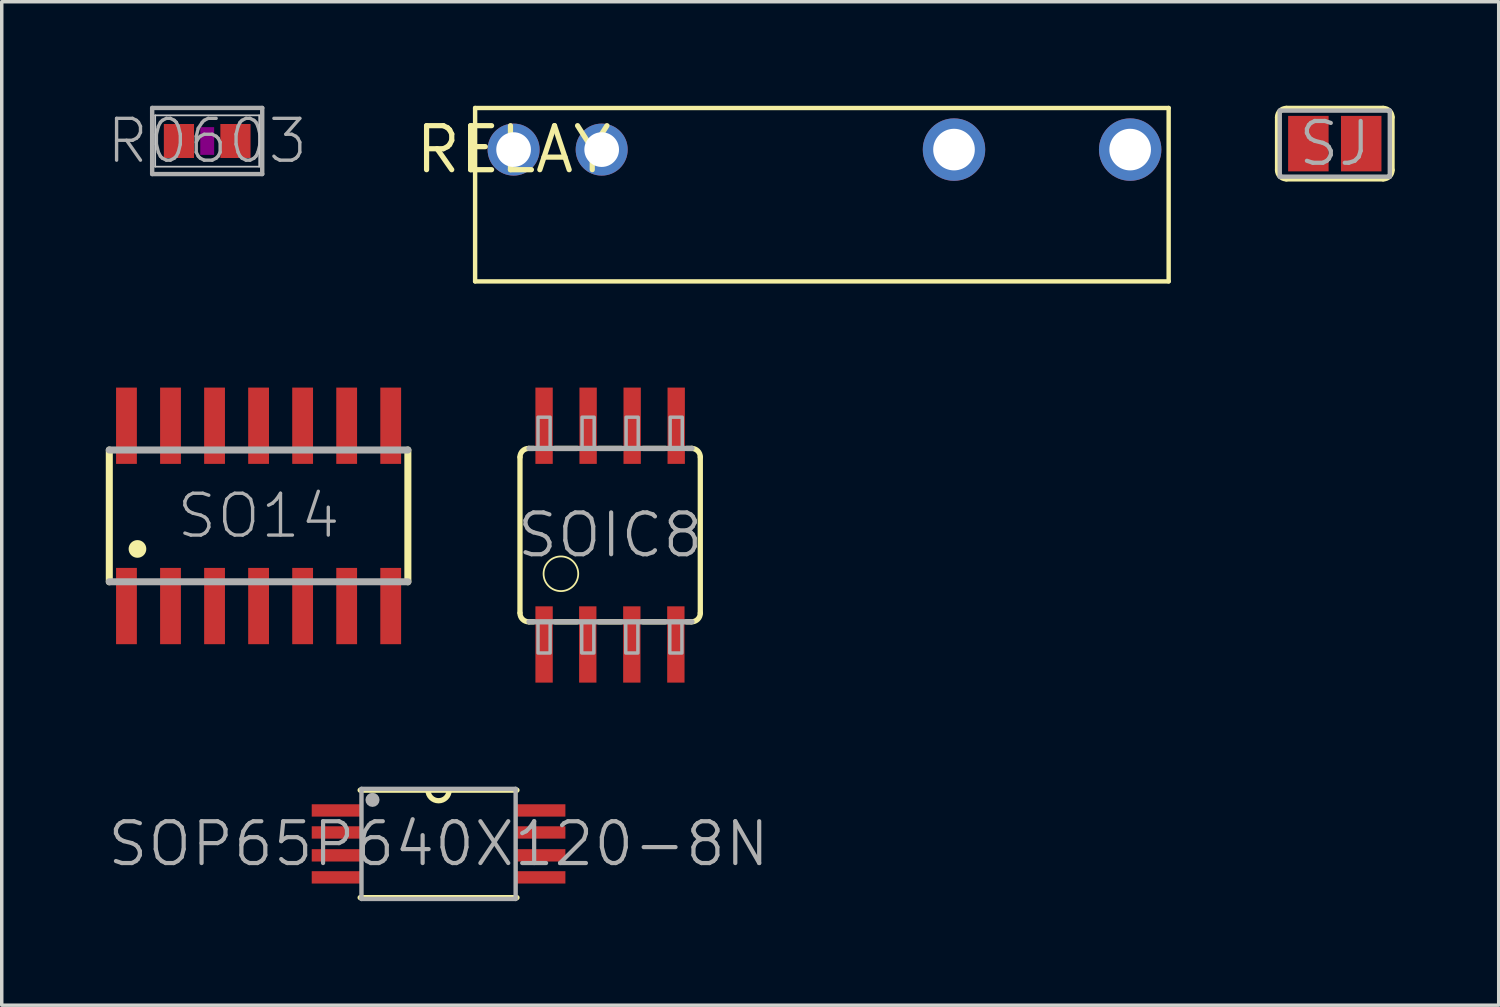
<source format=kicad_pcb>
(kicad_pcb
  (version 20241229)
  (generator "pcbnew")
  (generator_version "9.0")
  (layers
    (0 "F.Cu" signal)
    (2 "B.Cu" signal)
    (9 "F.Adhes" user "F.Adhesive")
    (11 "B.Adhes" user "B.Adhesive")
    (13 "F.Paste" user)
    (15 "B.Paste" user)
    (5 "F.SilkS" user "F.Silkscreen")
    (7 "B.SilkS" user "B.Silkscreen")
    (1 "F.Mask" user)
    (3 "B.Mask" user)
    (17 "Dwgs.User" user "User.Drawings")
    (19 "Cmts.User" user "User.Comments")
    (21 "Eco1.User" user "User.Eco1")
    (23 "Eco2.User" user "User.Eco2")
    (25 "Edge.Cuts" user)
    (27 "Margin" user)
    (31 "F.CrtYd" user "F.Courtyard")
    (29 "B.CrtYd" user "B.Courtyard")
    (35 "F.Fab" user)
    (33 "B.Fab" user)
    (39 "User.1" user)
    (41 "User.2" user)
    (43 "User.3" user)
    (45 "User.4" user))
  (footprint "SOP65P640X120-8N"
    (layer "F.Cu")
    (at 9.597 21.286)
    (property "Reference" "SOP65P640X120-8N" (at 0 0 180) (layer "F.Fab") (effects (font (size 1.206 1.206) (thickness 0.121))))
    (attr through_hole)
    (fp_line (start -2.261 1.549) (end 2.261 1.549) (stroke (width 0.152) (type solid)) (layer "F.SilkS"))
    (fp_line (start -0.305 -1.549) (end -2.261 -1.549) (stroke (width 0.152) (type solid)) (layer "F.SilkS"))
    (fp_line (start 0.305 -1.549) (end -0.305 -1.549) (stroke (width 0.152) (type solid)) (layer "F.SilkS"))
    (fp_line (start 2.261 -1.549) (end 0.305 -1.549) (stroke (width 0.152) (type solid)) (layer "F.SilkS"))
    (fp_arc (start 0.3048 -1.5494) (mid 0 -1.2446) (end -0.3048 -1.5494) (stroke (width 0.1524) (type solid)) (layer "F.SilkS"))
    (fp_line (start -2.223 -1.587) (end -2.223 1.587) (stroke (width 0.127) (type solid)) (layer "F.Fab"))
    (fp_line (start -2.223 1.587) (end 2.223 1.587) (stroke (width 0.127) (type solid)) (layer "F.Fab"))
    (fp_line (start 2.223 -1.587) (end -2.223 -1.587) (stroke (width 0.127) (type solid)) (layer "F.Fab"))
    (fp_line (start 2.223 1.587) (end 2.223 -1.587) (stroke (width 0.127) (type solid)) (layer "F.Fab"))
    (fp_circle (center -1.905 -1.27) (end -1.803 -1.27) (stroke (width 0.203) (type solid)) (fill no) (layer "F.Fab"))
    (pad "1" smd rect (at -2.921 -0.965) (size 1.473 0.356) (layers "F.Cu" "F.Mask" "F.Paste"))
    (pad "2" smd rect (at -2.921 -0.33) (size 1.473 0.356) (layers "F.Cu" "F.Mask" "F.Paste"))
    (pad "3" smd rect (at -2.921 0.33) (size 1.473 0.356) (layers "F.Cu" "F.Mask" "F.Paste"))
    (pad "4" smd rect (at -2.921 0.965) (size 1.473 0.356) (layers "F.Cu" "F.Mask" "F.Paste"))
    (pad "5" smd rect (at 2.921 0.965) (size 1.473 0.356) (layers "F.Cu" "F.Mask" "F.Paste"))
    (pad "6" smd rect (at 2.921 0.33) (size 1.473 0.356) (layers "F.Cu" "F.Mask" "F.Paste"))
    (pad "7" smd rect (at 2.921 -0.33) (size 1.473 0.356) (layers "F.Cu" "F.Mask" "F.Paste"))
    (pad "8" smd rect (at 2.921 -0.965) (size 1.473 0.356) (layers "F.Cu" "F.Mask" "F.Paste")))
  (footprint "SJ"
    (layer "F.Cu")
    (at 35.442 1.092)
    (property "Reference" "SJ" (at 0 0 180) (layer "F.Fab") (effects (font (size 1.206 1.206) (thickness 0.121))))
    (attr through_hole)
    (fp_poly (pts (xy -0.076 0.914) (xy 0.076 0.914) (xy 0.076 -0.914) (xy -0.076 -0.914)) (stroke (width 0) (type solid)) (fill yes) (layer "F.Mask"))
    (fp_line (start -1.651 0.762) (end -1.651 -0.762) (stroke (width 0.152) (type solid)) (layer "F.SilkS"))
    (fp_line (start -1.397 -1.016) (end 1.397 -1.016) (stroke (width 0.152) (type solid)) (layer "F.SilkS"))
    (fp_line (start 1.397 1.016) (end -1.397 1.016) (stroke (width 0.152) (type solid)) (layer "F.SilkS"))
    (fp_line (start 1.651 0.762) (end 1.651 -0.762) (stroke (width 0.152) (type solid)) (layer "F.SilkS"))
    (fp_arc (start -1.651 -0.762) (mid -1.576605 -0.941605) (end -1.397 -1.016) (stroke (width 0.1524) (type solid)) (layer "F.SilkS"))
    (fp_arc (start -1.397 1.016) (mid -1.576605 0.941605) (end -1.651 0.762) (stroke (width 0.1524) (type solid)) (layer "F.SilkS"))
    (fp_arc (start 1.397 -1.016) (mid 1.576605 -0.941605) (end 1.651 -0.762) (stroke (width 0.1524) (type solid)) (layer "F.SilkS"))
    (fp_arc (start 1.651 0.762) (mid 1.576605 0.941605) (end 1.397 1.016) (stroke (width 0.1524) (type solid)) (layer "F.SilkS"))
    (fp_line (start -1.587 -0.953) (end -1.587 0.953) (stroke (width 0.127) (type solid)) (layer "F.Fab"))
    (fp_line (start -1.587 0.953) (end 1.587 0.953) (stroke (width 0.127) (type solid)) (layer "F.Fab"))
    (fp_line (start 1.587 -0.953) (end -1.587 -0.953) (stroke (width 0.127) (type solid)) (layer "F.Fab"))
    (fp_line (start 1.587 0.953) (end 1.587 -0.953) (stroke (width 0.127) (type solid)) (layer "F.Fab"))
    (pad "1" smd rect (at -0.762 0) (size 1.168 1.6) (layers "F.Cu" "F.Mask" "F.Paste"))
    (pad "2" smd rect (at 0.762 0) (size 1.168 1.6) (layers "F.Cu" "F.Mask" "F.Paste")))
  (footprint "R0603"
    (layer "F.Cu")
    (at 2.925 1.016)
    (property "Reference" "R0603" (at 0 0 0) (layer "F.Fab") (effects (font (size 1.206 1.206) (thickness 0.097))))
    (attr through_hole)
    (fp_poly (pts (xy -0.2 0.4) (xy 0.2 0.4) (xy 0.2 -0.4) (xy -0.2 -0.4)) (stroke (width 0) (type solid)) (fill yes) (layer "F.Adhes"))
    (fp_line (start -1.5 -0.74) (end 1.5 -0.74) (stroke (width 0.051) (type solid)) (layer "Dwgs.User"))
    (fp_line (start -1.5 0.74) (end -1.5 -0.74) (stroke (width 0.051) (type solid)) (layer "Dwgs.User"))
    (fp_line (start 1.5 -0.74) (end 1.5 0.74) (stroke (width 0.051) (type solid)) (layer "Dwgs.User"))
    (fp_line (start 1.5 0.74) (end -1.5 0.74) (stroke (width 0.051) (type solid)) (layer "Dwgs.User"))
    (fp_line (start -1.587 -0.953) (end -1.587 0.953) (stroke (width 0.127) (type solid)) (layer "F.Fab"))
    (fp_line (start -1.587 0.953) (end 1.587 0.953) (stroke (width 0.127) (type solid)) (layer "F.Fab"))
    (fp_line (start 1.587 -0.953) (end -1.587 -0.953) (stroke (width 0.127) (type solid)) (layer "F.Fab"))
    (fp_line (start 1.587 0.953) (end 1.587 -0.953) (stroke (width 0.127) (type solid)) (layer "F.Fab"))
    (pad "1" smd rect (at -0.815 0) (size 0.87 0.98) (layers "F.Cu" "F.Mask" "F.Paste"))
    (pad "2" smd rect (at 0.815 0) (size 0.87 0.98) (layers "F.Cu" "F.Mask" "F.Paste")))
  (footprint "SO14"
    (layer "F.Cu")
    (at 4.407 11.827)
    (property "Reference" "SO14" (at 0 0 0) (layer "F.Fab") (effects (font (size 1.206 1.206) (thickness 0.097))))
    (attr through_hole)
    (fp_line (start -4.305 1.9) (end -4.305 -1.9) (stroke (width 0.203) (type solid)) (layer "F.SilkS"))
    (fp_line (start 4.305 -1.9) (end 4.305 1.9) (stroke (width 0.203) (type solid)) (layer "F.SilkS"))
    (fp_circle (center -3.493 0.953) (end -3.365 0.953) (stroke (width 0.254) (type solid)) (fill no) (layer "F.SilkS"))
    (fp_line (start -4.305 -1.9) (end 4.305 -1.9) (stroke (width 0.203) (type solid)) (layer "F.Fab"))
    (fp_line (start 4.305 1.9) (end -4.305 1.9) (stroke (width 0.203) (type solid)) (layer "F.Fab"))
    (pad "1" smd rect (at -3.81 2.6) (size 0.6 2.2) (layers "F.Cu" "F.Mask" "F.Paste"))
    (pad "2" smd rect (at -2.54 2.6) (size 0.6 2.2) (layers "F.Cu" "F.Mask" "F.Paste"))
    (pad "3" smd rect (at -1.27 2.6) (size 0.6 2.2) (layers "F.Cu" "F.Mask" "F.Paste"))
    (pad "4" smd rect (at 0 2.6) (size 0.6 2.2) (layers "F.Cu" "F.Mask" "F.Paste"))
    (pad "5" smd rect (at 1.27 2.6 180) (size 0.6 2.2) (layers "F.Cu" "F.Mask" "F.Paste"))
    (pad "6" smd rect (at 2.54 2.6 180) (size 0.6 2.2) (layers "F.Cu" "F.Mask" "F.Paste"))
    (pad "7" smd rect (at 3.81 2.6 180) (size 0.6 2.2) (layers "F.Cu" "F.Mask" "F.Paste"))
    (pad "8" smd rect (at 3.81 -2.6) (size 0.6 2.2) (layers "F.Cu" "F.Mask" "F.Paste"))
    (pad "9" smd rect (at 2.54 -2.6) (size 0.6 2.2) (layers "F.Cu" "F.Mask" "F.Paste"))
    (pad "10" smd rect (at 1.27 -2.6) (size 0.6 2.2) (layers "F.Cu" "F.Mask" "F.Paste"))
    (pad "11" smd rect (at 0 -2.6) (size 0.6 2.2) (layers "F.Cu" "F.Mask" "F.Paste"))
    (pad "12" smd rect (at -1.27 -2.6) (size 0.6 2.2) (layers "F.Cu" "F.Mask" "F.Paste"))
    (pad "13" smd rect (at -2.54 -2.6) (size 0.6 2.2) (layers "F.Cu" "F.Mask" "F.Paste"))
    (pad "14" smd rect (at -3.81 -2.6) (size 0.6 2.2) (layers "F.Cu" "F.Mask" "F.Paste")))
  (footprint "RELAY"
    (layer "F.Cu")
    (at 11.761 1.264)
    (property "Reference" "RELAY" (at 0 0 0) (layer "F.SilkS") (effects (font (size 1.27 1.27) (thickness 0.15))))
    (attr through_hole)
    (fp_line (start -1.11 -1.2) (end -1.11 3.8) (stroke (width 0.127) (type solid)) (layer "F.SilkS"))
    (fp_line (start -1.11 3.8) (end 18.89 3.8) (stroke (width 0.127) (type solid)) (layer "F.SilkS"))
    (fp_line (start 18.89 -1.2) (end -1.11 -1.2) (stroke (width 0.127) (type solid)) (layer "F.SilkS"))
    (fp_line (start 18.89 3.8) (end 18.89 -1.2) (stroke (width 0.127) (type solid)) (layer "F.SilkS"))
    (pad "C1" thru_hole circle (at 0 0) (size 1.5 1.5) (drill 1) (layers "*.Cu" "*.Mask"))
    (pad "C2" thru_hole circle (at 2.54 0) (size 1.5 1.5) (drill 1) (layers "*.Cu" "*.Mask"))
    (pad "S1" thru_hole circle (at 12.7 0) (size 1.8 1.8) (drill 1.2) (layers "*.Cu" "*.Mask"))
    (pad "S2" thru_hole circle (at 17.78 0) (size 1.8 1.8) (drill 1.2) (layers "*.Cu" "*.Mask")))
  (footprint "SOIC8"
    (layer "F.Cu")
    (at 14.545 12.381)
    (property "Reference" "SOIC8" (at 0 0 180) (layer "F.Fab") (effects (font (size 1.206 1.206) (thickness 0.121))))
    (attr through_hole)
    (fp_line (start -2.6 -2.25) (end -2.6 2.24) (stroke (width 0.152) (type solid)) (layer "F.SilkS"))
    (fp_line (start -2.21 -2.5) (end -2.34 -2.5) (stroke (width 0.152) (type solid)) (layer "F.SilkS"))
    (fp_line (start -2.21 2.5) (end -2.34 2.5) (stroke (width 0.152) (type solid)) (layer "F.SilkS"))
    (fp_line (start -1.59 -2.5) (end -0.95 -2.5) (stroke (width 0.152) (type solid)) (layer "F.SilkS"))
    (fp_line (start -0.95 2.5) (end -1.59 2.5) (stroke (width 0.152) (type solid)) (layer "F.SilkS"))
    (fp_line (start -0.32 -2.5) (end 0.32 -2.5) (stroke (width 0.152) (type solid)) (layer "F.SilkS"))
    (fp_line (start 0.32 2.5) (end -0.33 2.5) (stroke (width 0.152) (type solid)) (layer "F.SilkS"))
    (fp_line (start 0.95 -2.5) (end 1.59 -2.5) (stroke (width 0.152) (type solid)) (layer "F.SilkS"))
    (fp_line (start 1.59 2.5) (end 0.94 2.5) (stroke (width 0.152) (type solid)) (layer "F.SilkS"))
    (fp_line (start 2.2 2.5) (end 2.33 2.5) (stroke (width 0.152) (type solid)) (layer "F.SilkS"))
    (fp_line (start 2.21 -2.5) (end 2.36 -2.5) (stroke (width 0.152) (type solid)) (layer "F.SilkS"))
    (fp_line (start 2.6 2.25) (end 2.6 -2.25) (stroke (width 0.152) (type solid)) (layer "F.SilkS"))
    (fp_arc (start -2.6 -2.25) (mid -2.526777 -2.426777) (end -2.35 -2.5) (stroke (width 0.1524) (type solid)) (layer "F.SilkS"))
    (fp_arc (start -2.35 2.5) (mid -2.526777 2.426777) (end -2.6 2.25) (stroke (width 0.1524) (type solid)) (layer "F.SilkS"))
    (fp_arc (start 2.35 -2.5) (mid 2.526777 -2.426777) (end 2.6 -2.25) (stroke (width 0.1524) (type solid)) (layer "F.SilkS"))
    (fp_arc (start 2.6 2.25) (mid 2.526777 2.426777) (end 2.35 2.5) (stroke (width 0.1524) (type solid)) (layer "F.SilkS"))
    (fp_circle (center -1.42 1.115) (end -0.92 1.115) (stroke (width 0.051) (type solid)) (fill no) (layer "F.SilkS"))
    (fp_line (start -2.34 -2.5) (end 2.36 -2.5) (stroke (width 0.152) (type solid)) (layer "F.Fab"))
    (fp_line (start 2.36 2.5) (end -2.34 2.5) (stroke (width 0.152) (type solid)) (layer "F.Fab"))
    (fp_poly (pts (xy -2.08 -2.5) (xy -1.73 -2.5) (xy -1.73 -3.4) (xy -2.08 -3.4)) (stroke (width 0.1) (type solid)) (fill no) (layer "F.Fab"))
    (fp_poly (pts (xy -2.08 3.4) (xy -1.73 3.4) (xy -1.73 2.5) (xy -2.08 2.5)) (stroke (width 0.1) (type solid)) (fill no) (layer "F.Fab"))
    (fp_poly (pts (xy -0.82 3.4) (xy -0.47 3.4) (xy -0.47 2.5) (xy -0.82 2.5)) (stroke (width 0.1) (type solid)) (fill no) (layer "F.Fab"))
    (fp_poly (pts (xy -0.81 -2.5) (xy -0.46 -2.5) (xy -0.46 -3.4) (xy -0.81 -3.4)) (stroke (width 0.1) (type solid)) (fill no) (layer "F.Fab"))
    (fp_poly (pts (xy 0.45 3.4) (xy 0.8 3.4) (xy 0.8 2.5) (xy 0.45 2.5)) (stroke (width 0.1) (type solid)) (fill no) (layer "F.Fab"))
    (fp_poly (pts (xy 0.46 -2.5) (xy 0.81 -2.5) (xy 0.81 -3.4) (xy 0.46 -3.4)) (stroke (width 0.1) (type solid)) (fill no) (layer "F.Fab"))
    (fp_poly (pts (xy 1.72 3.4) (xy 2.07 3.4) (xy 2.07 2.5) (xy 1.72 2.5)) (stroke (width 0.1) (type solid)) (fill no) (layer "F.Fab"))
    (fp_poly (pts (xy 1.73 -2.5) (xy 2.08 -2.5) (xy 2.08 -3.4) (xy 1.73 -3.4)) (stroke (width 0.1) (type solid)) (fill no) (layer "F.Fab"))
    (pad "1" smd rect (at -1.905 3.154) (size 0.5 2.2) (layers "F.Cu" "F.Mask" "F.Paste"))
    (pad "2" smd rect (at -0.645 3.154) (size 0.5 2.2) (layers "F.Cu" "F.Mask" "F.Paste"))
    (pad "3" smd rect (at 0.625 3.154) (size 0.5 2.2) (layers "F.Cu" "F.Mask" "F.Paste"))
    (pad "4" smd rect (at 1.895 3.154) (size 0.5 2.2) (layers "F.Cu" "F.Mask" "F.Paste"))
    (pad "5" smd rect (at 1.905 -3.154) (size 0.5 2.2) (layers "F.Cu" "F.Mask" "F.Paste"))
    (pad "6" smd rect (at 0.635 -3.154) (size 0.5 2.2) (layers "F.Cu" "F.Mask" "F.Paste"))
    (pad "7" smd rect (at -0.635 -3.154) (size 0.5 2.2) (layers "F.Cu" "F.Mask" "F.Paste"))
    (pad "8" smd rect (at -1.905 -3.154) (size 0.5 2.2) (layers "F.Cu" "F.Mask" "F.Paste")))
  (gr_rect
    (start -3 -3)
    (end 40.169 25.937)
    (stroke (width 0.1) (type default))
    (fill no)
    (layer "Edge.Cuts")))
</source>
